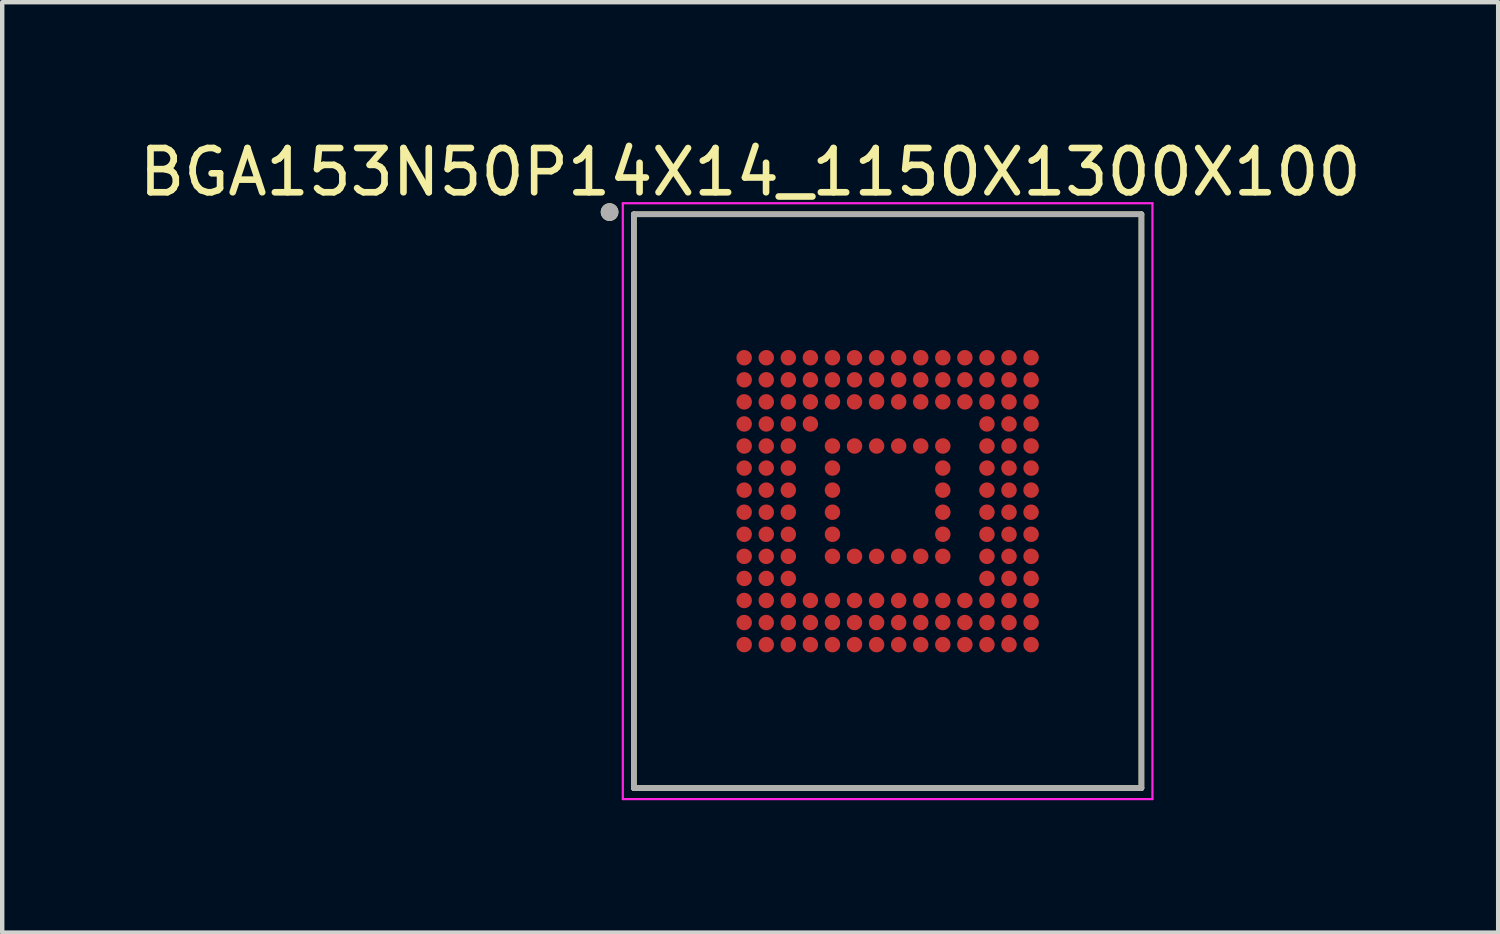
<source format=kicad_pcb>
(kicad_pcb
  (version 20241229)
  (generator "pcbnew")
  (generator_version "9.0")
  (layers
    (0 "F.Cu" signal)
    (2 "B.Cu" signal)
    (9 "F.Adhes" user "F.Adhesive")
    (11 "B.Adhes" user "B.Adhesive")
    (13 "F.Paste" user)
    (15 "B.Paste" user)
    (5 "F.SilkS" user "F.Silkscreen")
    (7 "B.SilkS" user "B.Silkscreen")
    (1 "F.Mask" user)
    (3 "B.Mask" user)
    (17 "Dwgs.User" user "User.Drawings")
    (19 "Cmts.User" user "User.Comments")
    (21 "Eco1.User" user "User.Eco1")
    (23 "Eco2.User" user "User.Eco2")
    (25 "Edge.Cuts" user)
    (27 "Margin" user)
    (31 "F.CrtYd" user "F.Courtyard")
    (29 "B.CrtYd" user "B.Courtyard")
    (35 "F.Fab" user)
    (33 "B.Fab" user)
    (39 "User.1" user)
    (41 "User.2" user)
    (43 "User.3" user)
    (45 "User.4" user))
  (footprint "BGA153N50P14X14_1150X1300X100"
    (layer "F.Cu")
    (at 17.061 8.305)
    (property "Reference" "BGA153N50P14X14_1150X1300X100" (at -3.113 -7.455 0) (layer "F.SilkS") (effects (font (size 1.003 1.003) (thickness 0.15))))
    (attr through_hole)
    (fp_line (start -5.75 6.5) (end -5.75 -6.5) (stroke (width 0.127) (type solid)) (layer "F.SilkS"))
    (fp_line (start 5.75 -6.5) (end -5.75 -6.5) (stroke (width 0.127) (type solid)) (layer "F.SilkS"))
    (fp_line (start 5.75 6.5) (end -5.75 6.5) (stroke (width 0.127) (type solid)) (layer "F.SilkS"))
    (fp_line (start 5.75 6.5) (end 5.75 -6.5) (stroke (width 0.127) (type solid)) (layer "F.SilkS"))
    (fp_circle (center -6.3 -6.55) (end -6.2 -6.55) (stroke (width 0.2) (type solid)) (fill no) (layer "F.SilkS"))
    (fp_line (start -6 -6.75) (end 6 -6.75) (stroke (width 0.05) (type solid)) (layer "F.CrtYd"))
    (fp_line (start -6 6.75) (end -6 -6.75) (stroke (width 0.05) (type solid)) (layer "F.CrtYd"))
    (fp_line (start -6 6.75) (end 6 6.75) (stroke (width 0.05) (type solid)) (layer "F.CrtYd"))
    (fp_line (start 6 6.75) (end 6 -6.75) (stroke (width 0.05) (type solid)) (layer "F.CrtYd"))
    (fp_line (start -5.75 6.5) (end -5.75 -6.5) (stroke (width 0.127) (type solid)) (layer "F.Fab"))
    (fp_line (start 5.75 -6.5) (end -5.75 -6.5) (stroke (width 0.127) (type solid)) (layer "F.Fab"))
    (fp_line (start 5.75 6.5) (end -5.75 6.5) (stroke (width 0.127) (type solid)) (layer "F.Fab"))
    (fp_line (start 5.75 6.5) (end 5.75 -6.5) (stroke (width 0.127) (type solid)) (layer "F.Fab"))
    (fp_circle (center -6.3 -6.55) (end -6.2 -6.55) (stroke (width 0.2) (type solid)) (fill no) (layer "F.Fab"))
    (pad "A1" smd circle (at -3.25 -3.25) (size 0.35 0.35) (layers "F.Cu" "F.Mask" "F.Paste"))
    (pad "A2" smd circle (at -2.75 -3.25) (size 0.35 0.35) (layers "F.Cu" "F.Mask" "F.Paste"))
    (pad "A3" smd circle (at -2.25 -3.25) (size 0.35 0.35) (layers "F.Cu" "F.Mask" "F.Paste"))
    (pad "A4" smd circle (at -1.75 -3.25) (size 0.35 0.35) (layers "F.Cu" "F.Mask" "F.Paste"))
    (pad "A5" smd circle (at -1.25 -3.25) (size 0.35 0.35) (layers "F.Cu" "F.Mask" "F.Paste"))
    (pad "A6" smd circle (at -0.75 -3.25) (size 0.35 0.35) (layers "F.Cu" "F.Mask" "F.Paste"))
    (pad "A7" smd circle (at -0.25 -3.25) (size 0.35 0.35) (layers "F.Cu" "F.Mask" "F.Paste"))
    (pad "A8" smd circle (at 0.25 -3.25) (size 0.35 0.35) (layers "F.Cu" "F.Mask" "F.Paste"))
    (pad "A9" smd circle (at 0.75 -3.25) (size 0.35 0.35) (layers "F.Cu" "F.Mask" "F.Paste"))
    (pad "A10" smd circle (at 1.25 -3.25) (size 0.35 0.35) (layers "F.Cu" "F.Mask" "F.Paste"))
    (pad "A11" smd circle (at 1.75 -3.25) (size 0.35 0.35) (layers "F.Cu" "F.Mask" "F.Paste"))
    (pad "A12" smd circle (at 2.25 -3.25) (size 0.35 0.35) (layers "F.Cu" "F.Mask" "F.Paste"))
    (pad "A13" smd circle (at 2.75 -3.25) (size 0.35 0.35) (layers "F.Cu" "F.Mask" "F.Paste"))
    (pad "A14" smd circle (at 3.25 -3.25) (size 0.35 0.35) (layers "F.Cu" "F.Mask" "F.Paste"))
    (pad "B1" smd circle (at -3.25 -2.75) (size 0.35 0.35) (layers "F.Cu" "F.Mask" "F.Paste"))
    (pad "B2" smd circle (at -2.75 -2.75) (size 0.35 0.35) (layers "F.Cu" "F.Mask" "F.Paste"))
    (pad "B3" smd circle (at -2.25 -2.75) (size 0.35 0.35) (layers "F.Cu" "F.Mask" "F.Paste"))
    (pad "B4" smd circle (at -1.75 -2.75) (size 0.35 0.35) (layers "F.Cu" "F.Mask" "F.Paste"))
    (pad "B5" smd circle (at -1.25 -2.75) (size 0.35 0.35) (layers "F.Cu" "F.Mask" "F.Paste"))
    (pad "B6" smd circle (at -0.75 -2.75) (size 0.35 0.35) (layers "F.Cu" "F.Mask" "F.Paste"))
    (pad "B7" smd circle (at -0.25 -2.75) (size 0.35 0.35) (layers "F.Cu" "F.Mask" "F.Paste"))
    (pad "B8" smd circle (at 0.25 -2.75) (size 0.35 0.35) (layers "F.Cu" "F.Mask" "F.Paste"))
    (pad "B9" smd circle (at 0.75 -2.75) (size 0.35 0.35) (layers "F.Cu" "F.Mask" "F.Paste"))
    (pad "B10" smd circle (at 1.25 -2.75) (size 0.35 0.35) (layers "F.Cu" "F.Mask" "F.Paste"))
    (pad "B11" smd circle (at 1.75 -2.75) (size 0.35 0.35) (layers "F.Cu" "F.Mask" "F.Paste"))
    (pad "B12" smd circle (at 2.25 -2.75) (size 0.35 0.35) (layers "F.Cu" "F.Mask" "F.Paste"))
    (pad "B13" smd circle (at 2.75 -2.75) (size 0.35 0.35) (layers "F.Cu" "F.Mask" "F.Paste"))
    (pad "B14" smd circle (at 3.25 -2.75) (size 0.35 0.35) (layers "F.Cu" "F.Mask" "F.Paste"))
    (pad "C1" smd circle (at -3.25 -2.25) (size 0.35 0.35) (layers "F.Cu" "F.Mask" "F.Paste"))
    (pad "C2" smd circle (at -2.75 -2.25) (size 0.35 0.35) (layers "F.Cu" "F.Mask" "F.Paste"))
    (pad "C3" smd circle (at -2.25 -2.25) (size 0.35 0.35) (layers "F.Cu" "F.Mask" "F.Paste"))
    (pad "C4" smd circle (at -1.75 -2.25) (size 0.35 0.35) (layers "F.Cu" "F.Mask" "F.Paste"))
    (pad "C5" smd circle (at -1.25 -2.25) (size 0.35 0.35) (layers "F.Cu" "F.Mask" "F.Paste"))
    (pad "C6" smd circle (at -0.75 -2.25) (size 0.35 0.35) (layers "F.Cu" "F.Mask" "F.Paste"))
    (pad "C7" smd circle (at -0.25 -2.25) (size 0.35 0.35) (layers "F.Cu" "F.Mask" "F.Paste"))
    (pad "C8" smd circle (at 0.25 -2.25) (size 0.35 0.35) (layers "F.Cu" "F.Mask" "F.Paste"))
    (pad "C9" smd circle (at 0.75 -2.25) (size 0.35 0.35) (layers "F.Cu" "F.Mask" "F.Paste"))
    (pad "C10" smd circle (at 1.25 -2.25) (size 0.35 0.35) (layers "F.Cu" "F.Mask" "F.Paste"))
    (pad "C11" smd circle (at 1.75 -2.25) (size 0.35 0.35) (layers "F.Cu" "F.Mask" "F.Paste"))
    (pad "C12" smd circle (at 2.25 -2.25) (size 0.35 0.35) (layers "F.Cu" "F.Mask" "F.Paste"))
    (pad "C13" smd circle (at 2.75 -2.25) (size 0.35 0.35) (layers "F.Cu" "F.Mask" "F.Paste"))
    (pad "C14" smd circle (at 3.25 -2.25) (size 0.35 0.35) (layers "F.Cu" "F.Mask" "F.Paste"))
    (pad "D1" smd circle (at -3.25 -1.75) (size 0.35 0.35) (layers "F.Cu" "F.Mask" "F.Paste"))
    (pad "D2" smd circle (at -2.75 -1.75) (size 0.35 0.35) (layers "F.Cu" "F.Mask" "F.Paste"))
    (pad "D3" smd circle (at -2.25 -1.75) (size 0.35 0.35) (layers "F.Cu" "F.Mask" "F.Paste"))
    (pad "D4" smd circle (at -1.75 -1.75) (size 0.35 0.35) (layers "F.Cu" "F.Mask" "F.Paste"))
    (pad "D12" smd circle (at 2.25 -1.75) (size 0.35 0.35) (layers "F.Cu" "F.Mask" "F.Paste"))
    (pad "D13" smd circle (at 2.75 -1.75) (size 0.35 0.35) (layers "F.Cu" "F.Mask" "F.Paste"))
    (pad "D14" smd circle (at 3.25 -1.75) (size 0.35 0.35) (layers "F.Cu" "F.Mask" "F.Paste"))
    (pad "E1" smd circle (at -3.25 -1.25) (size 0.35 0.35) (layers "F.Cu" "F.Mask" "F.Paste"))
    (pad "E2" smd circle (at -2.75 -1.25) (size 0.35 0.35) (layers "F.Cu" "F.Mask" "F.Paste"))
    (pad "E3" smd circle (at -2.25 -1.25) (size 0.35 0.35) (layers "F.Cu" "F.Mask" "F.Paste"))
    (pad "E5" smd circle (at -1.25 -1.25) (size 0.35 0.35) (layers "F.Cu" "F.Mask" "F.Paste"))
    (pad "E6" smd circle (at -0.75 -1.25) (size 0.35 0.35) (layers "F.Cu" "F.Mask" "F.Paste"))
    (pad "E7" smd circle (at -0.25 -1.25) (size 0.35 0.35) (layers "F.Cu" "F.Mask" "F.Paste"))
    (pad "E8" smd circle (at 0.25 -1.25) (size 0.35 0.35) (layers "F.Cu" "F.Mask" "F.Paste"))
    (pad "E9" smd circle (at 0.75 -1.25) (size 0.35 0.35) (layers "F.Cu" "F.Mask" "F.Paste"))
    (pad "E10" smd circle (at 1.25 -1.25) (size 0.35 0.35) (layers "F.Cu" "F.Mask" "F.Paste"))
    (pad "E12" smd circle (at 2.25 -1.25) (size 0.35 0.35) (layers "F.Cu" "F.Mask" "F.Paste"))
    (pad "E13" smd circle (at 2.75 -1.25) (size 0.35 0.35) (layers "F.Cu" "F.Mask" "F.Paste"))
    (pad "E14" smd circle (at 3.25 -1.25) (size 0.35 0.35) (layers "F.Cu" "F.Mask" "F.Paste"))
    (pad "F1" smd circle (at -3.25 -0.75) (size 0.35 0.35) (layers "F.Cu" "F.Mask" "F.Paste"))
    (pad "F2" smd circle (at -2.75 -0.75) (size 0.35 0.35) (layers "F.Cu" "F.Mask" "F.Paste"))
    (pad "F3" smd circle (at -2.25 -0.75) (size 0.35 0.35) (layers "F.Cu" "F.Mask" "F.Paste"))
    (pad "F5" smd circle (at -1.25 -0.75) (size 0.35 0.35) (layers "F.Cu" "F.Mask" "F.Paste"))
    (pad "F10" smd circle (at 1.25 -0.75) (size 0.35 0.35) (layers "F.Cu" "F.Mask" "F.Paste"))
    (pad "F12" smd circle (at 2.25 -0.75) (size 0.35 0.35) (layers "F.Cu" "F.Mask" "F.Paste"))
    (pad "F13" smd circle (at 2.75 -0.75) (size 0.35 0.35) (layers "F.Cu" "F.Mask" "F.Paste"))
    (pad "F14" smd circle (at 3.25 -0.75) (size 0.35 0.35) (layers "F.Cu" "F.Mask" "F.Paste"))
    (pad "G1" smd circle (at -3.25 -0.25) (size 0.35 0.35) (layers "F.Cu" "F.Mask" "F.Paste"))
    (pad "G2" smd circle (at -2.75 -0.25) (size 0.35 0.35) (layers "F.Cu" "F.Mask" "F.Paste"))
    (pad "G3" smd circle (at -2.25 -0.25) (size 0.35 0.35) (layers "F.Cu" "F.Mask" "F.Paste"))
    (pad "G5" smd circle (at -1.25 -0.25) (size 0.35 0.35) (layers "F.Cu" "F.Mask" "F.Paste"))
    (pad "G10" smd circle (at 1.25 -0.25) (size 0.35 0.35) (layers "F.Cu" "F.Mask" "F.Paste"))
    (pad "G12" smd circle (at 2.25 -0.25) (size 0.35 0.35) (layers "F.Cu" "F.Mask" "F.Paste"))
    (pad "G13" smd circle (at 2.75 -0.25) (size 0.35 0.35) (layers "F.Cu" "F.Mask" "F.Paste"))
    (pad "G14" smd circle (at 3.25 -0.25) (size 0.35 0.35) (layers "F.Cu" "F.Mask" "F.Paste"))
    (pad "H1" smd circle (at -3.25 0.25) (size 0.35 0.35) (layers "F.Cu" "F.Mask" "F.Paste"))
    (pad "H2" smd circle (at -2.75 0.25) (size 0.35 0.35) (layers "F.Cu" "F.Mask" "F.Paste"))
    (pad "H3" smd circle (at -2.25 0.25) (size 0.35 0.35) (layers "F.Cu" "F.Mask" "F.Paste"))
    (pad "H5" smd circle (at -1.25 0.25) (size 0.35 0.35) (layers "F.Cu" "F.Mask" "F.Paste"))
    (pad "H10" smd circle (at 1.25 0.25) (size 0.35 0.35) (layers "F.Cu" "F.Mask" "F.Paste"))
    (pad "H12" smd circle (at 2.25 0.25) (size 0.35 0.35) (layers "F.Cu" "F.Mask" "F.Paste"))
    (pad "H13" smd circle (at 2.75 0.25) (size 0.35 0.35) (layers "F.Cu" "F.Mask" "F.Paste"))
    (pad "H14" smd circle (at 3.25 0.25) (size 0.35 0.35) (layers "F.Cu" "F.Mask" "F.Paste"))
    (pad "J1" smd circle (at -3.25 0.75) (size 0.35 0.35) (layers "F.Cu" "F.Mask" "F.Paste"))
    (pad "J2" smd circle (at -2.75 0.75) (size 0.35 0.35) (layers "F.Cu" "F.Mask" "F.Paste"))
    (pad "J3" smd circle (at -2.25 0.75) (size 0.35 0.35) (layers "F.Cu" "F.Mask" "F.Paste"))
    (pad "J5" smd circle (at -1.25 0.75) (size 0.35 0.35) (layers "F.Cu" "F.Mask" "F.Paste"))
    (pad "J10" smd circle (at 1.25 0.75) (size 0.35 0.35) (layers "F.Cu" "F.Mask" "F.Paste"))
    (pad "J12" smd circle (at 2.25 0.75) (size 0.35 0.35) (layers "F.Cu" "F.Mask" "F.Paste"))
    (pad "J13" smd circle (at 2.75 0.75) (size 0.35 0.35) (layers "F.Cu" "F.Mask" "F.Paste"))
    (pad "J14" smd circle (at 3.25 0.75) (size 0.35 0.35) (layers "F.Cu" "F.Mask" "F.Paste"))
    (pad "K1" smd circle (at -3.25 1.25) (size 0.35 0.35) (layers "F.Cu" "F.Mask" "F.Paste"))
    (pad "K2" smd circle (at -2.75 1.25) (size 0.35 0.35) (layers "F.Cu" "F.Mask" "F.Paste"))
    (pad "K3" smd circle (at -2.25 1.25) (size 0.35 0.35) (layers "F.Cu" "F.Mask" "F.Paste"))
    (pad "K5" smd circle (at -1.25 1.25) (size 0.35 0.35) (layers "F.Cu" "F.Mask" "F.Paste"))
    (pad "K6" smd circle (at -0.75 1.25) (size 0.35 0.35) (layers "F.Cu" "F.Mask" "F.Paste"))
    (pad "K7" smd circle (at -0.25 1.25) (size 0.35 0.35) (layers "F.Cu" "F.Mask" "F.Paste"))
    (pad "K8" smd circle (at 0.25 1.25) (size 0.35 0.35) (layers "F.Cu" "F.Mask" "F.Paste"))
    (pad "K9" smd circle (at 0.75 1.25) (size 0.35 0.35) (layers "F.Cu" "F.Mask" "F.Paste"))
    (pad "K10" smd circle (at 1.25 1.25) (size 0.35 0.35) (layers "F.Cu" "F.Mask" "F.Paste"))
    (pad "K12" smd circle (at 2.25 1.25) (size 0.35 0.35) (layers "F.Cu" "F.Mask" "F.Paste"))
    (pad "K13" smd circle (at 2.75 1.25) (size 0.35 0.35) (layers "F.Cu" "F.Mask" "F.Paste"))
    (pad "K14" smd circle (at 3.25 1.25) (size 0.35 0.35) (layers "F.Cu" "F.Mask" "F.Paste"))
    (pad "L1" smd circle (at -3.25 1.75) (size 0.35 0.35) (layers "F.Cu" "F.Mask" "F.Paste"))
    (pad "L2" smd circle (at -2.75 1.75) (size 0.35 0.35) (layers "F.Cu" "F.Mask" "F.Paste"))
    (pad "L3" smd circle (at -2.25 1.75) (size 0.35 0.35) (layers "F.Cu" "F.Mask" "F.Paste"))
    (pad "L12" smd circle (at 2.25 1.75) (size 0.35 0.35) (layers "F.Cu" "F.Mask" "F.Paste"))
    (pad "L13" smd circle (at 2.75 1.75) (size 0.35 0.35) (layers "F.Cu" "F.Mask" "F.Paste"))
    (pad "L14" smd circle (at 3.25 1.75) (size 0.35 0.35) (layers "F.Cu" "F.Mask" "F.Paste"))
    (pad "M1" smd circle (at -3.25 2.25) (size 0.35 0.35) (layers "F.Cu" "F.Mask" "F.Paste"))
    (pad "M2" smd circle (at -2.75 2.25) (size 0.35 0.35) (layers "F.Cu" "F.Mask" "F.Paste"))
    (pad "M3" smd circle (at -2.25 2.25) (size 0.35 0.35) (layers "F.Cu" "F.Mask" "F.Paste"))
    (pad "M4" smd circle (at -1.75 2.25) (size 0.35 0.35) (layers "F.Cu" "F.Mask" "F.Paste"))
    (pad "M5" smd circle (at -1.25 2.25) (size 0.35 0.35) (layers "F.Cu" "F.Mask" "F.Paste"))
    (pad "M6" smd circle (at -0.75 2.25) (size 0.35 0.35) (layers "F.Cu" "F.Mask" "F.Paste"))
    (pad "M7" smd circle (at -0.25 2.25) (size 0.35 0.35) (layers "F.Cu" "F.Mask" "F.Paste"))
    (pad "M8" smd circle (at 0.25 2.25) (size 0.35 0.35) (layers "F.Cu" "F.Mask" "F.Paste"))
    (pad "M9" smd circle (at 0.75 2.25) (size 0.35 0.35) (layers "F.Cu" "F.Mask" "F.Paste"))
    (pad "M10" smd circle (at 1.25 2.25) (size 0.35 0.35) (layers "F.Cu" "F.Mask" "F.Paste"))
    (pad "M11" smd circle (at 1.75 2.25) (size 0.35 0.35) (layers "F.Cu" "F.Mask" "F.Paste"))
    (pad "M12" smd circle (at 2.25 2.25) (size 0.35 0.35) (layers "F.Cu" "F.Mask" "F.Paste"))
    (pad "M13" smd circle (at 2.75 2.25) (size 0.35 0.35) (layers "F.Cu" "F.Mask" "F.Paste"))
    (pad "M14" smd circle (at 3.25 2.25) (size 0.35 0.35) (layers "F.Cu" "F.Mask" "F.Paste"))
    (pad "N1" smd circle (at -3.25 2.75) (size 0.35 0.35) (layers "F.Cu" "F.Mask" "F.Paste"))
    (pad "N2" smd circle (at -2.75 2.75) (size 0.35 0.35) (layers "F.Cu" "F.Mask" "F.Paste"))
    (pad "N3" smd circle (at -2.25 2.75) (size 0.35 0.35) (layers "F.Cu" "F.Mask" "F.Paste"))
    (pad "N4" smd circle (at -1.75 2.75) (size 0.35 0.35) (layers "F.Cu" "F.Mask" "F.Paste"))
    (pad "N5" smd circle (at -1.25 2.75) (size 0.35 0.35) (layers "F.Cu" "F.Mask" "F.Paste"))
    (pad "N6" smd circle (at -0.75 2.75) (size 0.35 0.35) (layers "F.Cu" "F.Mask" "F.Paste"))
    (pad "N7" smd circle (at -0.25 2.75) (size 0.35 0.35) (layers "F.Cu" "F.Mask" "F.Paste"))
    (pad "N8" smd circle (at 0.25 2.75) (size 0.35 0.35) (layers "F.Cu" "F.Mask" "F.Paste"))
    (pad "N9" smd circle (at 0.75 2.75) (size 0.35 0.35) (layers "F.Cu" "F.Mask" "F.Paste"))
    (pad "N10" smd circle (at 1.25 2.75) (size 0.35 0.35) (layers "F.Cu" "F.Mask" "F.Paste"))
    (pad "N11" smd circle (at 1.75 2.75) (size 0.35 0.35) (layers "F.Cu" "F.Mask" "F.Paste"))
    (pad "N12" smd circle (at 2.25 2.75) (size 0.35 0.35) (layers "F.Cu" "F.Mask" "F.Paste"))
    (pad "N13" smd circle (at 2.75 2.75) (size 0.35 0.35) (layers "F.Cu" "F.Mask" "F.Paste"))
    (pad "N14" smd circle (at 3.25 2.75) (size 0.35 0.35) (layers "F.Cu" "F.Mask" "F.Paste"))
    (pad "P1" smd circle (at -3.25 3.25) (size 0.35 0.35) (layers "F.Cu" "F.Mask" "F.Paste"))
    (pad "P2" smd circle (at -2.75 3.25) (size 0.35 0.35) (layers "F.Cu" "F.Mask" "F.Paste"))
    (pad "P3" smd circle (at -2.25 3.25) (size 0.35 0.35) (layers "F.Cu" "F.Mask" "F.Paste"))
    (pad "P4" smd circle (at -1.75 3.25) (size 0.35 0.35) (layers "F.Cu" "F.Mask" "F.Paste"))
    (pad "P5" smd circle (at -1.25 3.25) (size 0.35 0.35) (layers "F.Cu" "F.Mask" "F.Paste"))
    (pad "P6" smd circle (at -0.75 3.25) (size 0.35 0.35) (layers "F.Cu" "F.Mask" "F.Paste"))
    (pad "P7" smd circle (at -0.25 3.25) (size 0.35 0.35) (layers "F.Cu" "F.Mask" "F.Paste"))
    (pad "P8" smd circle (at 0.25 3.25) (size 0.35 0.35) (layers "F.Cu" "F.Mask" "F.Paste"))
    (pad "P9" smd circle (at 0.75 3.25) (size 0.35 0.35) (layers "F.Cu" "F.Mask" "F.Paste"))
    (pad "P10" smd circle (at 1.25 3.25) (size 0.35 0.35) (layers "F.Cu" "F.Mask" "F.Paste"))
    (pad "P11" smd circle (at 1.75 3.25) (size 0.35 0.35) (layers "F.Cu" "F.Mask" "F.Paste"))
    (pad "P12" smd circle (at 2.25 3.25) (size 0.35 0.35) (layers "F.Cu" "F.Mask" "F.Paste"))
    (pad "P13" smd circle (at 2.75 3.25) (size 0.35 0.35) (layers "F.Cu" "F.Mask" "F.Paste"))
    (pad "P14" smd circle (at 3.25 3.25) (size 0.35 0.35) (layers "F.Cu" "F.Mask" "F.Paste")))
  (gr_rect
    (start -3 -3)
    (end 30.894 18.08)
    (stroke (width 0.1) (type default))
    (fill no)
    (layer "Edge.Cuts")))
</source>
